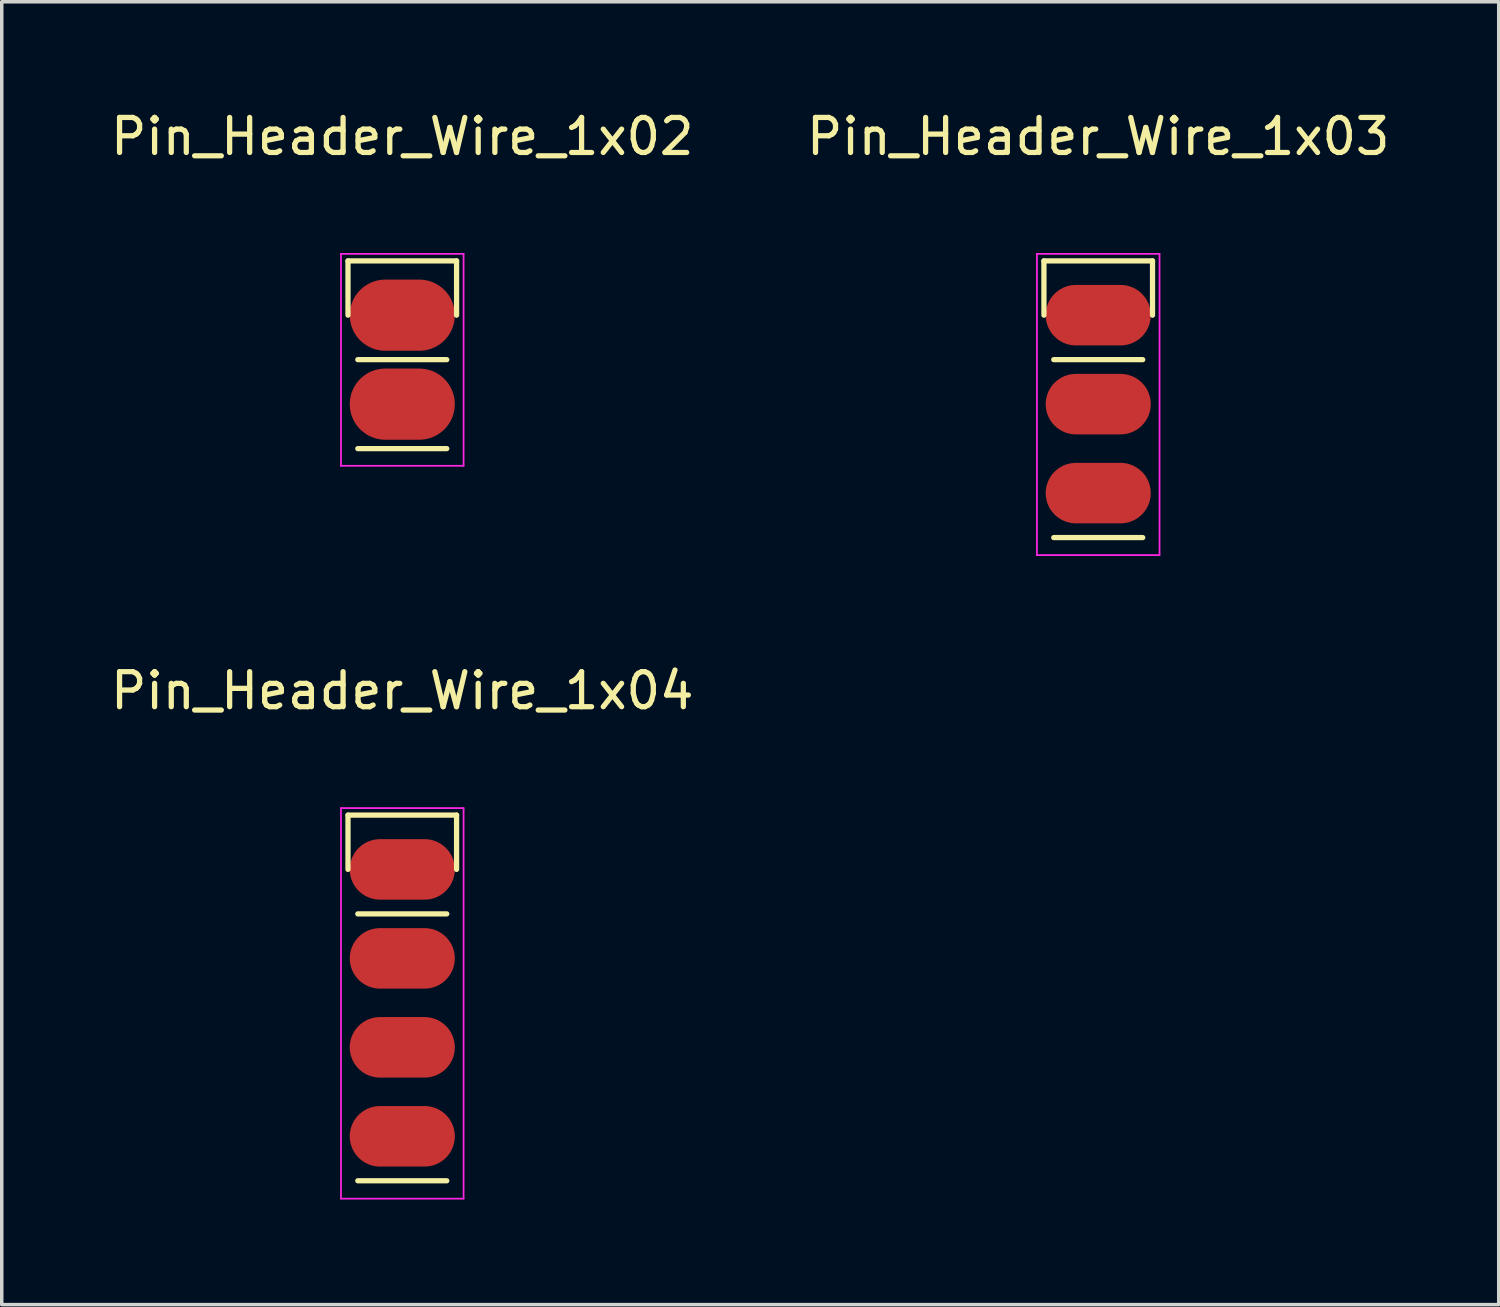
<source format=kicad_pcb>
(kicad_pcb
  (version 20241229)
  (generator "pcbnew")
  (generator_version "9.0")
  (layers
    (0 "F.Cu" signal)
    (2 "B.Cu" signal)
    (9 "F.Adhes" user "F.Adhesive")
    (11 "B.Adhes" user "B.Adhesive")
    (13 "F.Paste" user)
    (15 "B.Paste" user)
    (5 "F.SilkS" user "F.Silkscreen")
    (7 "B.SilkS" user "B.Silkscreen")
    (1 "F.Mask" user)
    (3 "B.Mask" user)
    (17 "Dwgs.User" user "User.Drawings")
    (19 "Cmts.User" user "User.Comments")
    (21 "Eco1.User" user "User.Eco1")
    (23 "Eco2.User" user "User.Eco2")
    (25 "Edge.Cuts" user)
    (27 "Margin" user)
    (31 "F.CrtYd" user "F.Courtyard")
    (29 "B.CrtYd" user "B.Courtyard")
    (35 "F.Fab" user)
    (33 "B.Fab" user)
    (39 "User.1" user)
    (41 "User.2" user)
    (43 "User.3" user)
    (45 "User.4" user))
  (footprint "Pin_Header_Wire_1x03"
    (layer "F.Cu")
    (at 28.304 5.948)
    (property "Reference" "Pin_Header_Wire_1x03" (at 0 -5.1 0) (layer "F.SilkS") (effects (font (size 1 1) (thickness 0.15))))
    (attr through_hole)
    (fp_line (start -1.55 -1.55) (end 1.55 -1.55) (stroke (width 0.15) (type solid)) (layer "F.SilkS"))
    (fp_line (start -1.55 0) (end -1.55 -1.55) (stroke (width 0.15) (type solid)) (layer "F.SilkS"))
    (fp_line (start -1.27 6.35) (end 1.27 6.35) (stroke (width 0.15) (type solid)) (layer "F.SilkS"))
    (fp_line (start 1.27 1.27) (end -1.27 1.27) (stroke (width 0.15) (type solid)) (layer "F.SilkS"))
    (fp_line (start 1.55 -1.55) (end 1.55 0) (stroke (width 0.15) (type solid)) (layer "F.SilkS"))
    (fp_line (start -1.75 -1.75) (end -1.75 6.85) (stroke (width 0.05) (type solid)) (layer "F.CrtYd"))
    (fp_line (start -1.75 -1.75) (end 1.75 -1.75) (stroke (width 0.05) (type solid)) (layer "F.CrtYd"))
    (fp_line (start -1.75 6.85) (end 1.75 6.85) (stroke (width 0.05) (type solid)) (layer "F.CrtYd"))
    (fp_line (start 1.75 -1.75) (end 1.75 6.85) (stroke (width 0.05) (type solid)) (layer "F.CrtYd"))
    (pad "1" smd oval (at 0 0) (size 3 1.727) (layers "F.Cu" "F.Mask" "F.Paste"))
    (pad "2" smd oval (at 0 2.54) (size 3 1.727) (layers "F.Cu" "F.Mask" "F.Paste"))
    (pad "3" smd oval (at 0 5.08) (size 3 1.727) (layers "F.Cu" "F.Mask" "F.Paste")))
  (footprint "Pin_Header_Wire_1x04"
    (layer "F.Cu")
    (at 8.435 21.771)
    (property "Reference" "Pin_Header_Wire_1x04" (at 0 -5.1 0) (layer "F.SilkS") (effects (font (size 1 1) (thickness 0.15))))
    (attr through_hole)
    (fp_line (start -1.55 -1.55) (end 1.55 -1.55) (stroke (width 0.15) (type solid)) (layer "F.SilkS"))
    (fp_line (start -1.55 0) (end -1.55 -1.55) (stroke (width 0.15) (type solid)) (layer "F.SilkS"))
    (fp_line (start -1.27 8.89) (end 1.27 8.89) (stroke (width 0.15) (type solid)) (layer "F.SilkS"))
    (fp_line (start 1.27 1.27) (end -1.27 1.27) (stroke (width 0.15) (type solid)) (layer "F.SilkS"))
    (fp_line (start 1.55 -1.55) (end 1.55 0) (stroke (width 0.15) (type solid)) (layer "F.SilkS"))
    (fp_line (start -1.75 -1.75) (end -1.75 9.4) (stroke (width 0.05) (type solid)) (layer "F.CrtYd"))
    (fp_line (start -1.75 -1.75) (end 1.75 -1.75) (stroke (width 0.05) (type solid)) (layer "F.CrtYd"))
    (fp_line (start -1.75 9.4) (end 1.75 9.4) (stroke (width 0.05) (type solid)) (layer "F.CrtYd"))
    (fp_line (start 1.75 -1.75) (end 1.75 9.4) (stroke (width 0.05) (type solid)) (layer "F.CrtYd"))
    (pad "1" smd oval (at 0 0) (size 3 1.727) (layers "F.Cu" "F.Mask" "F.Paste"))
    (pad "2" smd oval (at 0 2.54) (size 3 1.727) (layers "F.Cu" "F.Mask" "F.Paste"))
    (pad "3" smd oval (at 0 5.08) (size 3 1.727) (layers "F.Cu" "F.Mask" "F.Paste"))
    (pad "4" smd oval (at 0 7.62) (size 3 1.727) (layers "F.Cu" "F.Mask" "F.Paste")))
  (footprint "Pin_Header_Wire_1x02"
    (layer "F.Cu")
    (at 8.435 5.948)
    (property "Reference" "Pin_Header_Wire_1x02" (at 0 -5.1 0) (layer "F.SilkS") (effects (font (size 1 1) (thickness 0.15))))
    (attr through_hole)
    (fp_line (start -1.55 -1.55) (end 1.55 -1.55) (stroke (width 0.15) (type solid)) (layer "F.SilkS"))
    (fp_line (start -1.55 0) (end -1.55 -1.55) (stroke (width 0.15) (type solid)) (layer "F.SilkS"))
    (fp_line (start -1.27 3.81) (end 1.27 3.81) (stroke (width 0.15) (type solid)) (layer "F.SilkS"))
    (fp_line (start 1.27 1.27) (end -1.27 1.27) (stroke (width 0.15) (type solid)) (layer "F.SilkS"))
    (fp_line (start 1.55 -1.55) (end 1.55 0) (stroke (width 0.15) (type solid)) (layer "F.SilkS"))
    (fp_line (start -1.75 -1.75) (end -1.75 4.3) (stroke (width 0.05) (type solid)) (layer "F.CrtYd"))
    (fp_line (start -1.75 -1.75) (end 1.75 -1.75) (stroke (width 0.05) (type solid)) (layer "F.CrtYd"))
    (fp_line (start -1.75 4.3) (end 1.75 4.3) (stroke (width 0.05) (type solid)) (layer "F.CrtYd"))
    (fp_line (start 1.75 -1.75) (end 1.75 4.3) (stroke (width 0.05) (type solid)) (layer "F.CrtYd"))
    (pad "1" smd oval (at 0 0) (size 3 2.032) (layers "F.Cu" "F.Mask" "F.Paste"))
    (pad "2" smd oval (at 0 2.54) (size 3 2.032) (layers "F.Cu" "F.Mask" "F.Paste")))
  (gr_rect
    (start -3 -3)
    (end 39.738 34.197)
    (stroke (width 0.1) (type default))
    (fill no)
    (layer "Edge.Cuts")))
</source>
